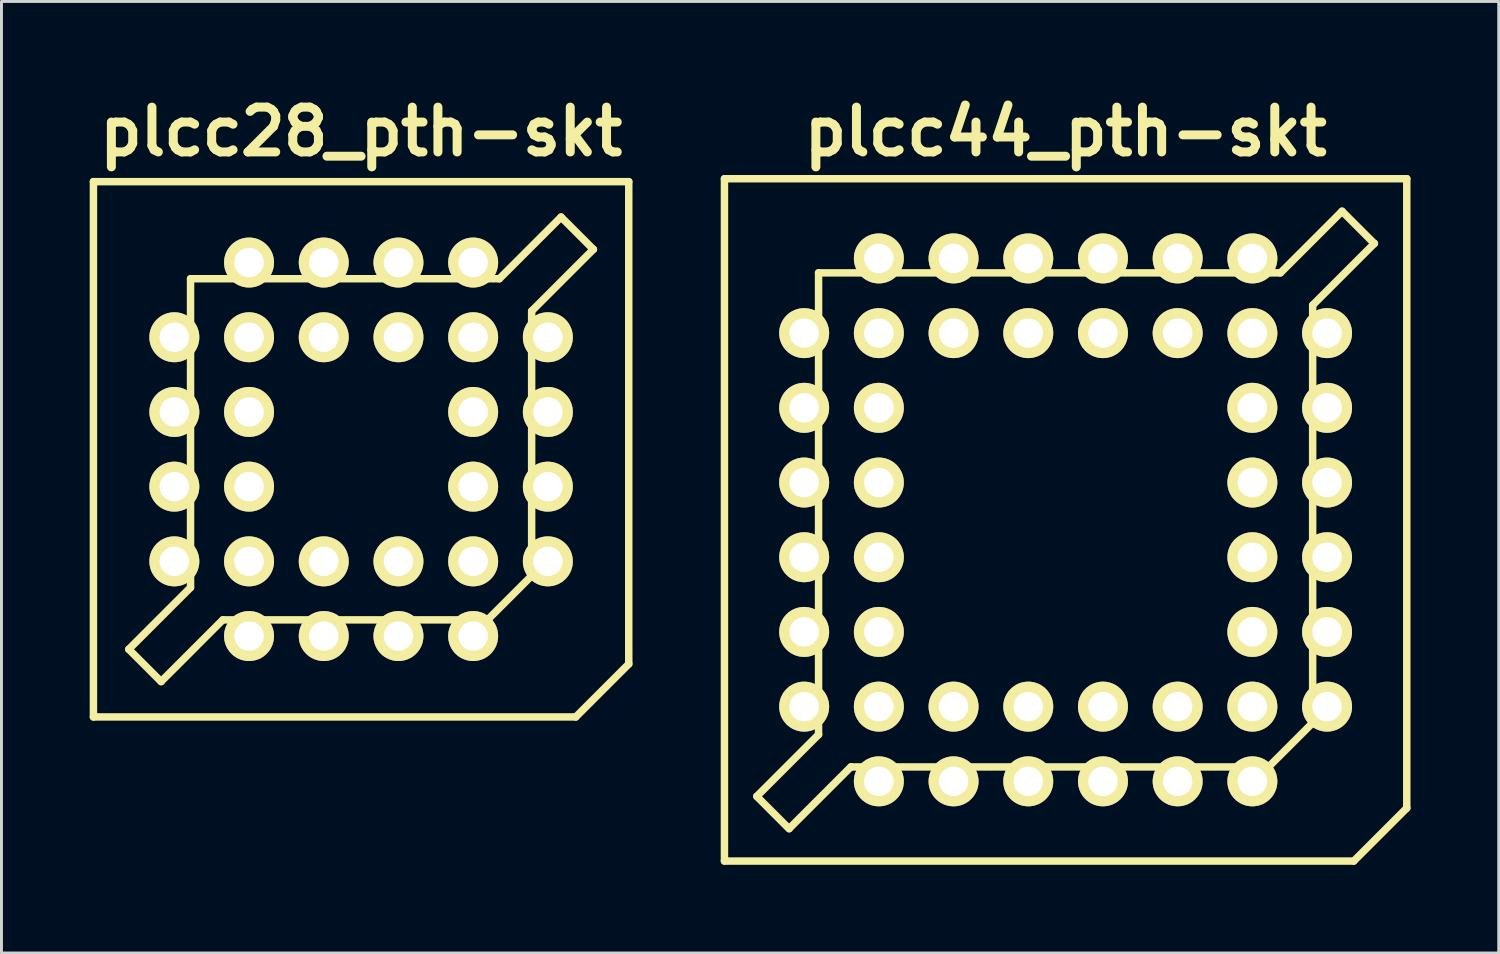
<source format=kicad_pcb>
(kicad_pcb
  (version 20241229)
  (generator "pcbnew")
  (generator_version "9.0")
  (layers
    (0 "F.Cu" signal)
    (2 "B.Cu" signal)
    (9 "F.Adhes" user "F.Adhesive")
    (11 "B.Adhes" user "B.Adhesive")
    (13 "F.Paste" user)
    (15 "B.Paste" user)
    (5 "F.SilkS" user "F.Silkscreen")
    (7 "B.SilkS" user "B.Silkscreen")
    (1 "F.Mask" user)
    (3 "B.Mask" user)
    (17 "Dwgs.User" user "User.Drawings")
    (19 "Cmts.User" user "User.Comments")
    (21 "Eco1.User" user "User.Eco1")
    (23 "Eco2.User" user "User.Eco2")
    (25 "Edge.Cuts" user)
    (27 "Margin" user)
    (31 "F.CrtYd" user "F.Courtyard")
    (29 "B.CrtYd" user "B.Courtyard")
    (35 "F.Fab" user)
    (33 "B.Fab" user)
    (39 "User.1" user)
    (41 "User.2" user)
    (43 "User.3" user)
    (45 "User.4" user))
  (footprint "plcc44_pth-skt"
    (layer "F.Cu")
    (at 33.183 14.627)
    (property "Reference" "plcc44_pth-skt" (at 0 -13.2 0) (layer "F.SilkS") (effects (font (size 1.524 1.524) (thickness 0.305))))
    (attr through_hole)
    (fp_line (start -11.6 -11.6) (end 11.6 -11.6) (stroke (width 0.254) (type solid)) (layer "F.SilkS"))
    (fp_line (start -11.6 11.6) (end -11.6 -11.6) (stroke (width 0.254) (type solid)) (layer "F.SilkS"))
    (fp_line (start -10.5 9.403) (end -9.401 10.503) (stroke (width 0.254) (type solid)) (layer "F.SilkS"))
    (fp_line (start -9.398 10.495) (end -7.3 8.397) (stroke (width 0.254) (type solid)) (layer "F.SilkS"))
    (fp_line (start -8.4 -8.4) (end 7.3 -8.4) (stroke (width 0.254) (type solid)) (layer "F.SilkS"))
    (fp_line (start -8.4 7.3) (end -10.498 9.398) (stroke (width 0.254) (type solid)) (layer "F.SilkS"))
    (fp_line (start -8.4 7.3) (end -8.4 -8.4) (stroke (width 0.254) (type solid)) (layer "F.SilkS"))
    (fp_line (start 6.901 8.4) (end -7.3 8.4) (stroke (width 0.254) (type solid)) (layer "F.SilkS"))
    (fp_line (start 7.303 -8.397) (end 9.401 -10.495) (stroke (width 0.254) (type solid)) (layer "F.SilkS"))
    (fp_line (start 8.4 -7.3) (end 8.4 6.901) (stroke (width 0.254) (type solid)) (layer "F.SilkS"))
    (fp_line (start 8.4 6.901) (end 6.901 8.4) (stroke (width 0.254) (type solid)) (layer "F.SilkS"))
    (fp_line (start 9.398 -10.495) (end 10.498 -9.395) (stroke (width 0.254) (type solid)) (layer "F.SilkS"))
    (fp_line (start 9.799 11.6) (end -11.6 11.6) (stroke (width 0.254) (type solid)) (layer "F.SilkS"))
    (fp_line (start 10.5 -9.401) (end 8.402 -7.303) (stroke (width 0.254) (type solid)) (layer "F.SilkS"))
    (fp_line (start 11.6 -11.6) (end 11.6 9.799) (stroke (width 0.254) (type solid)) (layer "F.SilkS"))
    (fp_line (start 11.6 9.799) (end 9.799 11.6) (stroke (width 0.254) (type solid)) (layer "F.SilkS"))
    (pad "1" thru_hole circle (at -1.27 6.35) (size 1.699 1.699) (drill 1.001) (layers "*.Cu" "*.Mask" "F.SilkS"))
    (pad "2" thru_hole circle (at 1.27 8.89) (size 1.699 1.699) (drill 1.001) (layers "*.Cu" "*.Mask" "F.SilkS"))
    (pad "3" thru_hole circle (at 1.27 6.35) (size 1.699 1.699) (drill 1.001) (layers "*.Cu" "*.Mask" "F.SilkS"))
    (pad "4" thru_hole circle (at 3.81 8.89) (size 1.699 1.699) (drill 1.001) (layers "*.Cu" "*.Mask" "F.SilkS"))
    (pad "5" thru_hole circle (at 3.81 6.35) (size 1.699 1.699) (drill 1.001) (layers "*.Cu" "*.Mask" "F.SilkS"))
    (pad "6" thru_hole circle (at 6.35 8.89) (size 1.699 1.699) (drill 1.001) (layers "*.Cu" "*.Mask" "F.SilkS"))
    (pad "7" thru_hole circle (at 8.89 6.35) (size 1.699 1.699) (drill 1.001) (layers "*.Cu" "*.Mask" "F.SilkS"))
    (pad "8" thru_hole circle (at 6.35 6.35) (size 1.699 1.699) (drill 1.001) (layers "*.Cu" "*.Mask" "F.SilkS"))
    (pad "9" thru_hole circle (at 8.89 3.81) (size 1.699 1.699) (drill 1.001) (layers "*.Cu" "*.Mask" "F.SilkS"))
    (pad "10" thru_hole circle (at 6.35 3.81) (size 1.699 1.699) (drill 1.001) (layers "*.Cu" "*.Mask" "F.SilkS"))
    (pad "11" thru_hole circle (at 8.89 1.27) (size 1.699 1.699) (drill 1.001) (layers "*.Cu" "*.Mask" "F.SilkS"))
    (pad "12" thru_hole circle (at 6.35 1.27) (size 1.699 1.699) (drill 1.001) (layers "*.Cu" "*.Mask" "F.SilkS"))
    (pad "13" thru_hole circle (at 8.89 -1.27) (size 1.699 1.699) (drill 1.001) (layers "*.Cu" "*.Mask" "F.SilkS"))
    (pad "14" thru_hole circle (at 6.35 -1.27) (size 1.699 1.699) (drill 1.001) (layers "*.Cu" "*.Mask" "F.SilkS"))
    (pad "15" thru_hole circle (at 8.89 -3.81) (size 1.699 1.699) (drill 1.001) (layers "*.Cu" "*.Mask" "F.SilkS"))
    (pad "16" thru_hole circle (at 6.35 -3.81) (size 1.699 1.699) (drill 1.001) (layers "*.Cu" "*.Mask" "F.SilkS"))
    (pad "17" thru_hole circle (at 8.89 -6.35) (size 1.699 1.699) (drill 1.001) (layers "*.Cu" "*.Mask" "F.SilkS"))
    (pad "18" thru_hole circle (at 6.35 -8.89) (size 1.699 1.699) (drill 1.001) (layers "*.Cu" "*.Mask" "F.SilkS"))
    (pad "19" thru_hole circle (at 6.35 -6.35) (size 1.699 1.699) (drill 1.001) (layers "*.Cu" "*.Mask" "F.SilkS"))
    (pad "20" thru_hole circle (at 3.81 -8.89) (size 1.699 1.699) (drill 1.001) (layers "*.Cu" "*.Mask" "F.SilkS"))
    (pad "21" thru_hole circle (at 3.81 -6.35) (size 1.699 1.699) (drill 1.001) (layers "*.Cu" "*.Mask" "F.SilkS"))
    (pad "22" thru_hole circle (at 1.27 -8.89) (size 1.699 1.699) (drill 1.001) (layers "*.Cu" "*.Mask" "F.SilkS"))
    (pad "23" thru_hole circle (at 1.27 -6.35) (size 1.699 1.699) (drill 1.001) (layers "*.Cu" "*.Mask" "F.SilkS"))
    (pad "24" thru_hole circle (at -1.27 -8.89) (size 1.699 1.699) (drill 1.001) (layers "*.Cu" "*.Mask" "F.SilkS"))
    (pad "25" thru_hole circle (at -1.27 -6.35) (size 1.699 1.699) (drill 1.001) (layers "*.Cu" "*.Mask" "F.SilkS"))
    (pad "26" thru_hole circle (at -3.81 -8.89) (size 1.699 1.699) (drill 1.001) (layers "*.Cu" "*.Mask" "F.SilkS"))
    (pad "27" thru_hole circle (at -3.81 -6.35) (size 1.699 1.699) (drill 1.001) (layers "*.Cu" "*.Mask" "F.SilkS"))
    (pad "28" thru_hole circle (at -6.35 -8.89) (size 1.699 1.699) (drill 1.001) (layers "*.Cu" "*.Mask" "F.SilkS"))
    (pad "29" thru_hole circle (at -8.89 -6.35) (size 1.699 1.699) (drill 1.001) (layers "*.Cu" "*.Mask" "F.SilkS"))
    (pad "30" thru_hole circle (at -6.35 -6.35) (size 1.699 1.699) (drill 1.001) (layers "*.Cu" "*.Mask" "F.SilkS"))
    (pad "31" thru_hole circle (at -8.89 -3.81) (size 1.699 1.699) (drill 1.001) (layers "*.Cu" "*.Mask" "F.SilkS"))
    (pad "32" thru_hole circle (at -6.35 -3.81) (size 1.699 1.699) (drill 1.001) (layers "*.Cu" "*.Mask" "F.SilkS"))
    (pad "33" thru_hole circle (at -8.89 -1.27) (size 1.699 1.699) (drill 1.001) (layers "*.Cu" "*.Mask" "F.SilkS"))
    (pad "34" thru_hole circle (at -6.35 -1.27) (size 1.699 1.699) (drill 1.001) (layers "*.Cu" "*.Mask" "F.SilkS"))
    (pad "35" thru_hole circle (at -8.89 1.27) (size 1.699 1.699) (drill 1.001) (layers "*.Cu" "*.Mask" "F.SilkS"))
    (pad "36" thru_hole circle (at -6.35 1.27) (size 1.699 1.699) (drill 1.001) (layers "*.Cu" "*.Mask" "F.SilkS"))
    (pad "37" thru_hole circle (at -8.89 3.81) (size 1.699 1.699) (drill 1.001) (layers "*.Cu" "*.Mask" "F.SilkS"))
    (pad "38" thru_hole circle (at -6.35 3.81) (size 1.699 1.699) (drill 1.001) (layers "*.Cu" "*.Mask" "F.SilkS"))
    (pad "39" thru_hole circle (at -8.89 6.35) (size 1.699 1.699) (drill 1.001) (layers "*.Cu" "*.Mask" "F.SilkS"))
    (pad "40" thru_hole circle (at -6.35 8.89) (size 1.699 1.699) (drill 1.001) (layers "*.Cu" "*.Mask" "F.SilkS"))
    (pad "41" thru_hole circle (at -6.35 6.35) (size 1.699 1.699) (drill 1.001) (layers "*.Cu" "*.Mask" "F.SilkS"))
    (pad "42" thru_hole circle (at -3.81 8.89) (size 1.699 1.699) (drill 1.001) (layers "*.Cu" "*.Mask" "F.SilkS"))
    (pad "43" thru_hole circle (at -3.81 6.35) (size 1.699 1.699) (drill 1.001) (layers "*.Cu" "*.Mask" "F.SilkS"))
    (pad "44" thru_hole circle (at -1.27 8.89) (size 1.699 1.699) (drill 1.001) (layers "*.Cu" "*.Mask" "F.SilkS")))
  (footprint "plcc28_pth-skt"
    (layer "F.Cu")
    (at 9.228 12.227)
    (property "Reference" "plcc28_pth-skt" (at 0 -10.8 0) (layer "F.SilkS") (effects (font (size 1.524 1.524) (thickness 0.305))))
    (attr through_hole)
    (fp_line (start -9.101 -9.101) (end -9.101 9.101) (stroke (width 0.254) (type solid)) (layer "F.SilkS"))
    (fp_line (start -9.101 9.101) (end 7.3 9.101) (stroke (width 0.254) (type solid)) (layer "F.SilkS"))
    (fp_line (start -7.899 6.8) (end -6.8 7.899) (stroke (width 0.254) (type solid)) (layer "F.SilkS"))
    (fp_line (start -6.8 7.897) (end -4.702 5.799) (stroke (width 0.254) (type solid)) (layer "F.SilkS"))
    (fp_line (start -5.801 4.702) (end -7.899 6.8) (stroke (width 0.254) (type solid)) (layer "F.SilkS"))
    (fp_line (start -5.799 -5.799) (end 4.699 -5.799) (stroke (width 0.254) (type solid)) (layer "F.SilkS"))
    (fp_line (start -5.799 4.699) (end -5.799 -5.799) (stroke (width 0.254) (type solid)) (layer "F.SilkS"))
    (fp_line (start 4.3 5.799) (end -4.699 5.799) (stroke (width 0.254) (type solid)) (layer "F.SilkS"))
    (fp_line (start 4.3 5.799) (end 5.799 4.3) (stroke (width 0.254) (type solid)) (layer "F.SilkS"))
    (fp_line (start 4.702 -5.799) (end 6.8 -7.897) (stroke (width 0.254) (type solid)) (layer "F.SilkS"))
    (fp_line (start 5.799 -4.699) (end 5.799 4.3) (stroke (width 0.254) (type solid)) (layer "F.SilkS"))
    (fp_line (start 6.8 -7.897) (end 7.899 -6.797) (stroke (width 0.254) (type solid)) (layer "F.SilkS"))
    (fp_line (start 7.3 9.101) (end 9.101 7.3) (stroke (width 0.254) (type solid)) (layer "F.SilkS"))
    (fp_line (start 7.899 -6.8) (end 5.801 -4.702) (stroke (width 0.254) (type solid)) (layer "F.SilkS"))
    (fp_line (start 9.101 -9.101) (end -9.101 -9.101) (stroke (width 0.254) (type solid)) (layer "F.SilkS"))
    (fp_line (start 9.101 7.3) (end 9.101 -9.101) (stroke (width 0.254) (type solid)) (layer "F.SilkS"))
    (pad "1" thru_hole circle (at -1.27 3.81) (size 1.699 1.699) (drill 1.001) (layers "*.Cu" "*.Mask" "F.SilkS"))
    (pad "2" thru_hole circle (at 1.27 6.35) (size 1.699 1.699) (drill 1.001) (layers "*.Cu" "*.Mask" "F.SilkS"))
    (pad "3" thru_hole circle (at 1.27 3.81) (size 1.699 1.699) (drill 1.001) (layers "*.Cu" "*.Mask" "F.SilkS"))
    (pad "4" thru_hole circle (at 3.81 6.35) (size 1.699 1.699) (drill 1.001) (layers "*.Cu" "*.Mask" "F.SilkS"))
    (pad "5" thru_hole circle (at 6.35 3.81) (size 1.699 1.699) (drill 1.001) (layers "*.Cu" "*.Mask" "F.SilkS"))
    (pad "6" thru_hole circle (at 3.81 3.81) (size 1.699 1.699) (drill 1.001) (layers "*.Cu" "*.Mask" "F.SilkS"))
    (pad "7" thru_hole circle (at 6.35 1.27) (size 1.699 1.699) (drill 1.001) (layers "*.Cu" "*.Mask" "F.SilkS"))
    (pad "8" thru_hole circle (at 3.81 1.27) (size 1.699 1.699) (drill 1.001) (layers "*.Cu" "*.Mask" "F.SilkS"))
    (pad "9" thru_hole circle (at 6.35 -1.27) (size 1.699 1.699) (drill 1.001) (layers "*.Cu" "*.Mask" "F.SilkS"))
    (pad "10" thru_hole circle (at 3.81 -1.27) (size 1.699 1.699) (drill 1.001) (layers "*.Cu" "*.Mask" "F.SilkS"))
    (pad "11" thru_hole circle (at 6.35 -3.81) (size 1.699 1.699) (drill 1.001) (layers "*.Cu" "*.Mask" "F.SilkS"))
    (pad "12" thru_hole circle (at 3.81 -6.35) (size 1.699 1.699) (drill 1.001) (layers "*.Cu" "*.Mask" "F.SilkS"))
    (pad "13" thru_hole circle (at 3.81 -3.81) (size 1.699 1.699) (drill 1.001) (layers "*.Cu" "*.Mask" "F.SilkS"))
    (pad "14" thru_hole circle (at 1.27 -6.35) (size 1.699 1.699) (drill 1.001) (layers "*.Cu" "*.Mask" "F.SilkS"))
    (pad "15" thru_hole circle (at 1.27 -3.81) (size 1.699 1.699) (drill 1.001) (layers "*.Cu" "*.Mask" "F.SilkS"))
    (pad "16" thru_hole circle (at -1.27 -6.35) (size 1.699 1.699) (drill 1.001) (layers "*.Cu" "*.Mask" "F.SilkS"))
    (pad "17" thru_hole circle (at -1.27 -3.81) (size 1.699 1.699) (drill 1.001) (layers "*.Cu" "*.Mask" "F.SilkS"))
    (pad "18" thru_hole circle (at -3.81 -6.35) (size 1.699 1.699) (drill 1.001) (layers "*.Cu" "*.Mask" "F.SilkS"))
    (pad "19" thru_hole circle (at -6.35 -3.81) (size 1.699 1.699) (drill 1.001) (layers "*.Cu" "*.Mask" "F.SilkS"))
    (pad "20" thru_hole circle (at -3.81 -3.81) (size 1.699 1.699) (drill 1.001) (layers "*.Cu" "*.Mask" "F.SilkS"))
    (pad "21" thru_hole circle (at -6.35 -1.27) (size 1.699 1.699) (drill 1.001) (layers "*.Cu" "*.Mask" "F.SilkS"))
    (pad "22" thru_hole circle (at -3.81 -1.27) (size 1.699 1.699) (drill 1.001) (layers "*.Cu" "*.Mask" "F.SilkS"))
    (pad "23" thru_hole circle (at -6.35 1.27) (size 1.699 1.699) (drill 1.001) (layers "*.Cu" "*.Mask" "F.SilkS"))
    (pad "24" thru_hole circle (at -3.81 1.27) (size 1.699 1.699) (drill 1.001) (layers "*.Cu" "*.Mask" "F.SilkS"))
    (pad "25" thru_hole circle (at -6.35 3.81) (size 1.699 1.699) (drill 1.001) (layers "*.Cu" "*.Mask" "F.SilkS"))
    (pad "26" thru_hole circle (at -3.81 6.35) (size 1.699 1.699) (drill 1.001) (layers "*.Cu" "*.Mask" "F.SilkS"))
    (pad "27" thru_hole circle (at -3.81 3.81) (size 1.699 1.699) (drill 1.001) (layers "*.Cu" "*.Mask" "F.SilkS"))
    (pad "28" thru_hole circle (at -1.27 6.35) (size 1.699 1.699) (drill 1.001) (layers "*.Cu" "*.Mask" "F.SilkS")))
  (gr_rect
    (start -3 -3)
    (end 47.91 29.354)
    (stroke (width 0.1) (type default))
    (fill no)
    (layer "Edge.Cuts")))
</source>
